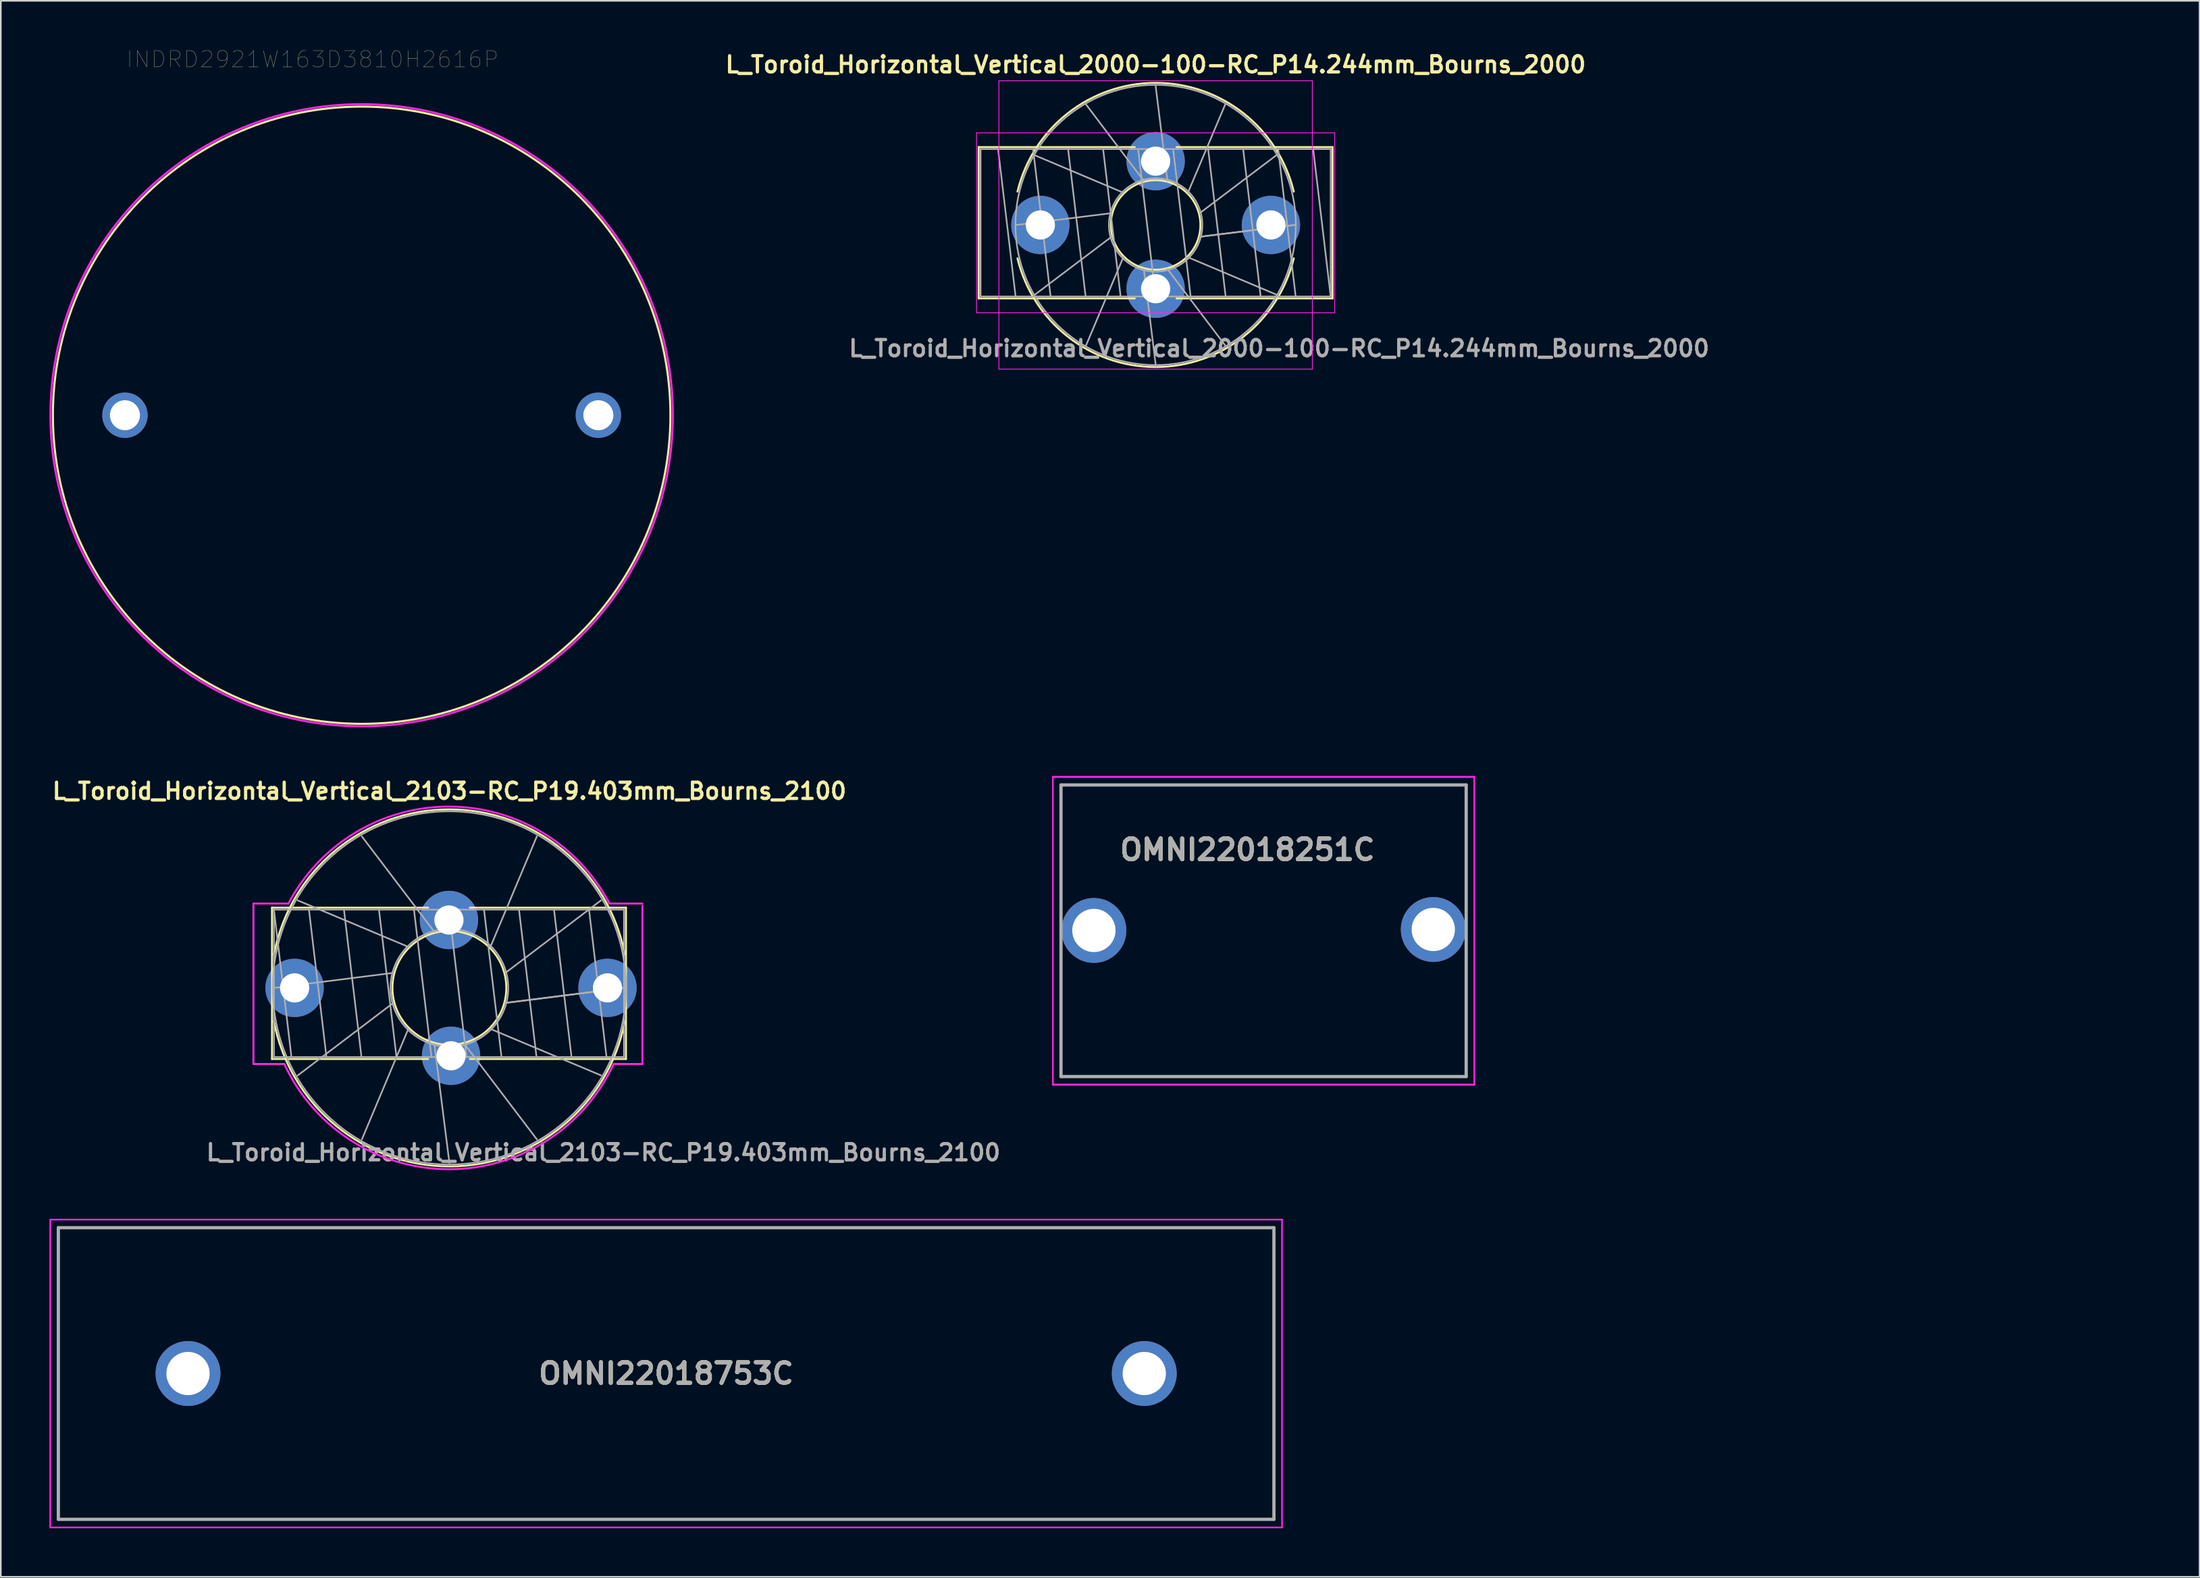
<source format=kicad_pcb>
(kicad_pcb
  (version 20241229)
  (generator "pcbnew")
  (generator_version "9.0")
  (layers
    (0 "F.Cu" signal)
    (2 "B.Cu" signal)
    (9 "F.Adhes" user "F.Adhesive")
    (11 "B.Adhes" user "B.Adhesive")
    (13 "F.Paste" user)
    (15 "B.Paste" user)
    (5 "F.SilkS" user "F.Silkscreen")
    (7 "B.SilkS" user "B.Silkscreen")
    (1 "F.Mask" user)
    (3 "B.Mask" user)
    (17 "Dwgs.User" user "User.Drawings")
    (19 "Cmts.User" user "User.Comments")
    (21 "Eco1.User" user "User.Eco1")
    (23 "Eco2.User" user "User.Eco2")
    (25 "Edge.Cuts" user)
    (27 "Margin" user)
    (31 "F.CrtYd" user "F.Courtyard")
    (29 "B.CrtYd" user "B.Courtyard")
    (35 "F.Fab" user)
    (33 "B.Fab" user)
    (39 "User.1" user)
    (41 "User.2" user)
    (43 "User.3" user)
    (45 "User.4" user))
  (footprint "L_Toroid_Horizontal_Vertical_2103-RC_P19.403mm_Bourns_2100"
    (layer "F.Cu")
    (at 15.126 57.931)
    (property "Reference" "L_Toroid_Horizontal_Vertical_2103-RC_P19.403mm_Bourns_2100" (at 9.55 -12.15 0) (layer "F.SilkS") (effects (font (size 1 1) (thickness 0.2))))
    (attr through_hole)
    (fp_line (start -1.394 -4.952) (end -1.394 4.388) (stroke (width 0.12) (type solid)) (layer "F.SilkS"))
    (fp_line (start -1.394 -4.952) (end 8.238 -4.952) (stroke (width 0.12) (type solid)) (layer "F.SilkS"))
    (fp_line (start -1.394 4.388) (end 8.238 4.388) (stroke (width 0.12) (type solid)) (layer "F.SilkS"))
    (fp_line (start 10.814 -4.952) (end 20.446 -4.952) (stroke (width 0.12) (type solid)) (layer "F.SilkS"))
    (fp_line (start 10.814 4.388) (end 20.446 4.388) (stroke (width 0.12) (type solid)) (layer "F.SilkS"))
    (fp_line (start 20.446 -4.952) (end 20.446 4.388) (stroke (width 0.12) (type solid)) (layer "F.SilkS"))
    (fp_arc (start -1.275747 -2.06) (mid 9.55 -11.02) (end 20.375747 -2.06) (stroke (width 0.12) (type solid)) (layer "F.SilkS"))
    (fp_arc (start 20.375747 2.06) (mid 9.55 11.02) (end -1.275747 2.06) (stroke (width 0.12) (type solid)) (layer "F.SilkS"))
    (fp_circle (center 9.55 0) (end 13.063 0) (stroke (width 0.12) (type solid)) (fill no) (layer "F.SilkS"))
    (fp_line (start -2.54 -5.207) (end -0.381 -5.207) (stroke (width 0.12) (type solid)) (layer "F.CrtYd"))
    (fp_line (start -2.54 4.699) (end -2.54 -5.207) (stroke (width 0.12) (type solid)) (layer "F.CrtYd"))
    (fp_line (start -0.635 4.699) (end -2.54 4.699) (stroke (width 0.12) (type solid)) (layer "F.CrtYd"))
    (fp_line (start 21.463 -5.207) (end 19.431 -5.207) (stroke (width 0.12) (type solid)) (layer "F.CrtYd"))
    (fp_line (start 21.463 -5.08) (end 21.463 4.699) (stroke (width 0.12) (type solid)) (layer "F.CrtYd"))
    (fp_line (start 21.463 4.699) (end 19.685 4.699) (stroke (width 0.12) (type solid)) (layer "F.CrtYd"))
    (fp_arc (start -0.380999 -5.207) (mid 9.525 -11.191142) (end 19.430999 -5.206999) (stroke (width 0.12) (type solid)) (layer "F.CrtYd"))
    (fp_arc (start 19.684999 4.699) (mid 9.525 11.194024) (end -0.634999 4.698999) (stroke (width 0.12) (type solid)) (layer "F.CrtYd"))
    (fp_line (start -1.274 -4.832) (end -1.274 4.268) (stroke (width 0.1) (type solid)) (layer "F.Fab"))
    (fp_line (start -1.274 -4.832) (end -0.194 4.268) (stroke (width 0.1) (type solid)) (layer "F.Fab"))
    (fp_line (start -1.274 4.268) (end 20.326 4.268) (stroke (width 0.1) (type solid)) (layer "F.Fab"))
    (fp_line (start -1.25 0.001) (end 6.088 -0.927) (stroke (width 0.1) (type solid)) (layer "F.Fab"))
    (fp_line (start 0.197 -5.399) (end 7.016 -2.534) (stroke (width 0.1) (type solid)) (layer "F.Fab"))
    (fp_line (start 0.198 5.401) (end 6.089 0.928) (stroke (width 0.1) (type solid)) (layer "F.Fab"))
    (fp_line (start 0.886 -4.832) (end 1.966 4.268) (stroke (width 0.1) (type solid)) (layer "F.Fab"))
    (fp_line (start 3.046 -4.832) (end 4.126 4.268) (stroke (width 0.1) (type solid)) (layer "F.Fab"))
    (fp_line (start 4.149 -9.352) (end 8.622 -3.461) (stroke (width 0.1) (type solid)) (layer "F.Fab"))
    (fp_line (start 4.151 9.353) (end 7.016 2.534) (stroke (width 0.1) (type solid)) (layer "F.Fab"))
    (fp_line (start 5.206 -4.832) (end 6.286 4.268) (stroke (width 0.1) (type solid)) (layer "F.Fab"))
    (fp_line (start 7.366 -4.832) (end 8.446 4.268) (stroke (width 0.1) (type solid)) (layer "F.Fab"))
    (fp_line (start 9.526 -4.832) (end 10.606 4.268) (stroke (width 0.1) (type solid)) (layer "F.Fab"))
    (fp_line (start 9.55 10.8) (end 8.623 3.462) (stroke (width 0.1) (type solid)) (layer "F.Fab"))
    (fp_line (start 11.686 -4.832) (end 12.766 4.268) (stroke (width 0.1) (type solid)) (layer "F.Fab"))
    (fp_line (start 13.846 -4.832) (end 14.926 4.268) (stroke (width 0.1) (type solid)) (layer "F.Fab"))
    (fp_line (start 14.948 -9.354) (end 12.084 -2.534) (stroke (width 0.1) (type solid)) (layer "F.Fab"))
    (fp_line (start 14.95 9.353) (end 10.478 3.461) (stroke (width 0.1) (type solid)) (layer "F.Fab"))
    (fp_line (start 16.006 -4.832) (end 17.086 4.268) (stroke (width 0.1) (type solid)) (layer "F.Fab"))
    (fp_line (start 18.166 -4.832) (end 19.246 4.268) (stroke (width 0.1) (type solid)) (layer "F.Fab"))
    (fp_line (start 18.902 -5.401) (end 13.011 -0.928) (stroke (width 0.1) (type solid)) (layer "F.Fab"))
    (fp_line (start 18.903 5.4) (end 12.084 2.534) (stroke (width 0.1) (type solid)) (layer "F.Fab"))
    (fp_line (start 20.326 -4.832) (end -1.274 -4.832) (stroke (width 0.1) (type solid)) (layer "F.Fab"))
    (fp_line (start 20.326 4.268) (end 20.326 -4.832) (stroke (width 0.1) (type solid)) (layer "F.Fab"))
    (fp_line (start 20.35 -0.002) (end 13.012 0.927) (stroke (width 0.1) (type solid)) (layer "F.Fab"))
    (fp_line (start 20.35 0) (end 13.011 0.927) (stroke (width 0.1) (type solid)) (layer "F.Fab"))
    (fp_circle (center 9.55 0) (end 13.183 0) (stroke (width 0.1) (type solid)) (fill no) (layer "F.Fab"))
    (fp_circle (center 9.55 0) (end 20.45 0) (stroke (width 0.1) (type solid)) (fill no) (layer "F.Fab"))
    (fp_text user "${REFERENCE}" (at 19.05 10.16 0) (layer "F.Fab") (effects (font (size 1 1) (thickness 0.2))))
    (pad "1" thru_hole circle (at 0 0) (size 3.6 3.6) (drill 1.8) (layers "*.Cu" "*.Mask"))
    (pad "1" thru_hole circle (at 9.652 4.191 90) (size 3.6 3.6) (drill 1.8) (layers "*.Cu" "*.Mask"))
    (pad "2" thru_hole circle (at 9.525 -4.191 90) (size 3.6 3.6) (drill 1.8) (layers "*.Cu" "*.Mask"))
    (pad "2" thru_hole circle (at 19.304 0) (size 3.6 3.6) (drill 1.8) (layers "*.Cu" "*.Mask")))
  (footprint "OMNI22018753C"
    (layer "F.Cu")
    (at 67.55 81.735)
    (property "Reference" "OMNI22018753C" (at -29.5 0 0) (layer "F.SilkS") (effects (font (size 1.27 1.27) (thickness 0.254))))
    (attr through_hole)
    (fp_line (start -67 -9) (end 8 -9) (stroke (width 0.1) (type solid)) (layer "F.SilkS"))
    (fp_line (start -67 9) (end -67 -9) (stroke (width 0.1) (type solid)) (layer "F.SilkS"))
    (fp_line (start 8 -9) (end 8 9) (stroke (width 0.1) (type solid)) (layer "F.SilkS"))
    (fp_line (start 8 9) (end -67 9) (stroke (width 0.1) (type solid)) (layer "F.SilkS"))
    (fp_line (start -67.5 -9.5) (end 8.5 -9.5) (stroke (width 0.1) (type solid)) (layer "F.CrtYd"))
    (fp_line (start -67.5 9.5) (end -67.5 -9.5) (stroke (width 0.1) (type solid)) (layer "F.CrtYd"))
    (fp_line (start 8.5 -9.5) (end 8.5 9.5) (stroke (width 0.1) (type solid)) (layer "F.CrtYd"))
    (fp_line (start 8.5 9.5) (end -67.5 9.5) (stroke (width 0.1) (type solid)) (layer "F.CrtYd"))
    (fp_line (start -67 -9) (end 8 -9) (stroke (width 0.2) (type solid)) (layer "F.Fab"))
    (fp_line (start -67 9) (end -67 -9) (stroke (width 0.2) (type solid)) (layer "F.Fab"))
    (fp_line (start 8 -9) (end 8 9) (stroke (width 0.2) (type solid)) (layer "F.Fab"))
    (fp_line (start 8 9) (end -67 9) (stroke (width 0.2) (type solid)) (layer "F.Fab"))
    (fp_text user "${REFERENCE}" (at -29.5 0 0) (layer "F.Fab") (effects (font (size 1.27 1.27) (thickness 0.254))))
    (pad "1" thru_hole circle (at 0 0) (size 4.005 4.005) (drill 2.67) (layers "*.Cu" "*.Mask"))
    (pad "2" thru_hole circle (at -59 0) (size 4.005 4.005) (drill 2.67) (layers "*.Cu" "*.Mask")))
  (footprint "L_Toroid_Horizontal_Vertical_2000-100-RC_P14.244mm_Bourns_2000"
    (layer "F.Cu")
    (at 60.631 10.836)
    (property "Reference" "L_Toroid_Horizontal_Vertical_2000-100-RC_P14.244mm_Bourns_2000" (at 7.62 -9.9 0) (layer "F.SilkS") (effects (font (size 1 1) (thickness 0.2))))
    (attr through_hole)
    (fp_line (start -3.3 4.534) (end -3.3 -4.806) (stroke (width 0.12) (type solid)) (layer "F.SilkS"))
    (fp_line (start 6.332 -4.806) (end -3.3 -4.806) (stroke (width 0.12) (type solid)) (layer "F.SilkS"))
    (fp_line (start 6.332 4.534) (end -3.3 4.534) (stroke (width 0.12) (type solid)) (layer "F.SilkS"))
    (fp_line (start 18.54 -4.806) (end 8.908 -4.806) (stroke (width 0.12) (type solid)) (layer "F.SilkS"))
    (fp_line (start 18.54 4.534) (end 8.908 4.534) (stroke (width 0.12) (type solid)) (layer "F.SilkS"))
    (fp_line (start 18.54 4.534) (end 18.54 -4.806) (stroke (width 0.12) (type solid)) (layer "F.SilkS"))
    (fp_arc (start -0.904629 -2.06) (mid 7.62 -8.77) (end 16.144629 -2.06) (stroke (width 0.12) (type solid)) (layer "F.SilkS"))
    (fp_arc (start 16.144629 2.06) (mid 7.62 8.77) (end -0.904629 2.06) (stroke (width 0.12) (type solid)) (layer "F.SilkS"))
    (fp_circle (center 7.62 0) (end 10.383 0) (stroke (width 0.12) (type solid)) (fill no) (layer "F.SilkS"))
    (fp_line (start -3.43 -5.686) (end -3.43 5.424) (stroke (width 0.05) (type solid)) (layer "F.CrtYd"))
    (fp_line (start -3.43 -5.686) (end 18.67 -5.686) (stroke (width 0.05) (type solid)) (layer "F.CrtYd"))
    (fp_line (start -3.43 5.424) (end 18.67 5.424) (stroke (width 0.05) (type solid)) (layer "F.CrtYd"))
    (fp_line (start -2.05 -8.9) (end -2.05 8.9) (stroke (width 0.05) (type solid)) (layer "F.CrtYd"))
    (fp_line (start -2.05 8.9) (end 17.29 8.9) (stroke (width 0.05) (type solid)) (layer "F.CrtYd"))
    (fp_line (start 17.29 -8.9) (end -2.05 -8.9) (stroke (width 0.05) (type solid)) (layer "F.CrtYd"))
    (fp_line (start 17.29 8.9) (end 17.29 -8.9) (stroke (width 0.05) (type solid)) (layer "F.CrtYd"))
    (fp_line (start 18.67 5.424) (end 18.67 -5.686) (stroke (width 0.05) (type solid)) (layer "F.CrtYd"))
    (fp_line (start -3.18 -4.686) (end -3.18 4.414) (stroke (width 0.1) (type solid)) (layer "F.Fab"))
    (fp_line (start -3.18 4.414) (end 18.42 4.414) (stroke (width 0.1) (type solid)) (layer "F.Fab"))
    (fp_line (start -1.02 4.414) (end -2.1 -4.686) (stroke (width 0.1) (type solid)) (layer "F.Fab"))
    (fp_line (start -0.975 0.001) (end 4.897 -0.729) (stroke (width 0.1) (type solid)) (layer "F.Fab"))
    (fp_line (start 0.176 -4.296) (end 5.627 -1.993) (stroke (width 0.1) (type solid)) (layer "F.Fab"))
    (fp_line (start 0.177 4.298) (end 4.898 0.73) (stroke (width 0.1) (type solid)) (layer "F.Fab"))
    (fp_line (start 1.14 4.414) (end 0.06 -4.686) (stroke (width 0.1) (type solid)) (layer "F.Fab"))
    (fp_line (start 3.3 4.414) (end 2.22 -4.686) (stroke (width 0.1) (type solid)) (layer "F.Fab"))
    (fp_line (start 3.322 -7.443) (end 6.89 -2.722) (stroke (width 0.1) (type solid)) (layer "F.Fab"))
    (fp_line (start 3.323 7.443) (end 5.627 1.993) (stroke (width 0.1) (type solid)) (layer "F.Fab"))
    (fp_line (start 5.46 4.414) (end 4.38 -4.686) (stroke (width 0.1) (type solid)) (layer "F.Fab"))
    (fp_line (start 7.619 -8.595) (end 8.349 -2.723) (stroke (width 0.1) (type solid)) (layer "F.Fab"))
    (fp_line (start 7.62 4.414) (end 6.54 -4.686) (stroke (width 0.1) (type solid)) (layer "F.Fab"))
    (fp_line (start 7.62 8.595) (end 6.891 2.723) (stroke (width 0.1) (type solid)) (layer "F.Fab"))
    (fp_line (start 9.78 4.414) (end 8.7 -4.686) (stroke (width 0.1) (type solid)) (layer "F.Fab"))
    (fp_line (start 11.916 -7.444) (end 9.613 -1.993) (stroke (width 0.1) (type solid)) (layer "F.Fab"))
    (fp_line (start 11.918 7.443) (end 8.35 2.723) (stroke (width 0.1) (type solid)) (layer "F.Fab"))
    (fp_line (start 11.94 4.414) (end 10.86 -4.686) (stroke (width 0.1) (type solid)) (layer "F.Fab"))
    (fp_line (start 14.1 4.414) (end 13.02 -4.686) (stroke (width 0.1) (type solid)) (layer "F.Fab"))
    (fp_line (start 15.062 -4.299) (end 10.342 -0.73) (stroke (width 0.1) (type solid)) (layer "F.Fab"))
    (fp_line (start 15.063 4.297) (end 9.613 1.993) (stroke (width 0.1) (type solid)) (layer "F.Fab"))
    (fp_line (start 16.215 -0.002) (end 10.343 0.729) (stroke (width 0.1) (type solid)) (layer "F.Fab"))
    (fp_line (start 16.215 0) (end 10.343 0.729) (stroke (width 0.1) (type solid)) (layer "F.Fab"))
    (fp_line (start 16.26 4.414) (end 15.18 -4.686) (stroke (width 0.1) (type solid)) (layer "F.Fab"))
    (fp_line (start 18.42 -4.686) (end -3.18 -4.686) (stroke (width 0.1) (type solid)) (layer "F.Fab"))
    (fp_line (start 18.42 4.414) (end 17.34 -4.686) (stroke (width 0.1) (type solid)) (layer "F.Fab"))
    (fp_line (start 18.42 4.414) (end 18.42 -4.686) (stroke (width 0.1) (type solid)) (layer "F.Fab"))
    (fp_circle (center 7.62 0) (end 10.503 0) (stroke (width 0.1) (type solid)) (fill no) (layer "F.Fab"))
    (fp_circle (center 7.62 0) (end 16.27 0) (stroke (width 0.1) (type solid)) (fill no) (layer "F.Fab"))
    (fp_text user "${REFERENCE}" (at 15.24 7.62 180) (layer "F.Fab") (effects (font (size 1 1) (thickness 0.2))))
    (pad "1" thru_hole circle (at 0.508 0) (size 3.6 3.6) (drill 1.8) (layers "*.Cu" "*.Mask"))
    (pad "1" thru_hole circle (at 7.62 3.937 90) (size 3.6 3.6) (drill 1.8) (layers "*.Cu" "*.Mask"))
    (pad "2" thru_hole circle (at 7.62 -3.937 90) (size 3.6 3.6) (drill 1.8) (layers "*.Cu" "*.Mask"))
    (pad "2" thru_hole circle (at 14.732 0) (size 3.6 3.6) (drill 1.8) (layers "*.Cu" "*.Mask")))
  (footprint "OMNI22018251C"
    (layer "F.Cu")
    (at 129.412 54.405)
    (property "Reference" "OMNI22018251C" (at -55.5 -5 0) (layer "F.SilkS") (effects (font (size 1.27 1.27) (thickness 0.254))))
    (attr through_hole)
    (fp_line (start -67 -9) (end -42 -9) (stroke (width 0.12) (type solid)) (layer "F.SilkS"))
    (fp_line (start -67 9) (end -67 -9) (stroke (width 0.1) (type solid)) (layer "F.SilkS"))
    (fp_line (start -67 9) (end -42 9) (stroke (width 0.12) (type solid)) (layer "F.SilkS"))
    (fp_line (start -42 -9) (end -42 9) (stroke (width 0.1) (type solid)) (layer "F.SilkS"))
    (fp_line (start -67.5 -9.5) (end -41.5 -9.5) (stroke (width 0.12) (type solid)) (layer "F.CrtYd"))
    (fp_line (start -67.5 9.5) (end -67.5 -9.5) (stroke (width 0.1) (type solid)) (layer "F.CrtYd"))
    (fp_line (start -67.5 9.5) (end -41.5 9.5) (stroke (width 0.12) (type solid)) (layer "F.CrtYd"))
    (fp_line (start -41.5 -9.5) (end -41.5 9.5) (stroke (width 0.1) (type solid)) (layer "F.CrtYd"))
    (fp_line (start -67 -9) (end -42 -9) (stroke (width 0.2) (type solid)) (layer "F.Fab"))
    (fp_line (start -67 9) (end -67 -9) (stroke (width 0.2) (type solid)) (layer "F.Fab"))
    (fp_line (start -67 9) (end -42 9) (stroke (width 0.2) (type solid)) (layer "F.Fab"))
    (fp_line (start -42 -9) (end -42 9) (stroke (width 0.2) (type solid)) (layer "F.Fab"))
    (fp_text user "${REFERENCE}" (at -55.5 -5 0) (layer "F.Fab") (effects (font (size 1.27 1.27) (thickness 0.254))))
    (pad "1" thru_hole circle (at -44.03 -0.08) (size 4.005 4.005) (drill 2.67) (layers "*.Cu" "*.Mask"))
    (pad "2" thru_hole circle (at -64.97 -0.02) (size 4.005 4.005) (drill 2.67) (layers "*.Cu" "*.Mask")))
  (footprint "INDRD2921W163D3810H2616P"
    (layer "F.Cu")
    (at 19.264 22.581)
    (property "Reference" "INDRD2921W163D3810H2616P" (at -3.03 -21.969 0) (layer "F.SilkS") (effects (font (size 1.002 1.002) (thickness 0.015))))
    (attr through_hole)
    (fp_circle (center 0 0) (end 19.05 0) (stroke (width 0.127) (type solid)) (fill no) (layer "F.SilkS"))
    (fp_circle (center 0 0) (end 19.2 0) (stroke (width 0.127) (type solid)) (fill no) (layer "F.CrtYd"))
    (pad "1" thru_hole circle (at -14.605 0) (size 2.8 2.8) (drill 1.85) (layers "*.Cu" "*.Mask"))
    (pad "2" thru_hole circle (at 14.605 0) (size 2.8 2.8) (drill 1.85) (layers "*.Cu" "*.Mask")))
  (gr_rect
    (start -3 -3)
    (end 132.662 94.285)
    (stroke (width 0.1) (type default))
    (fill no)
    (layer "Edge.Cuts")))
</source>
